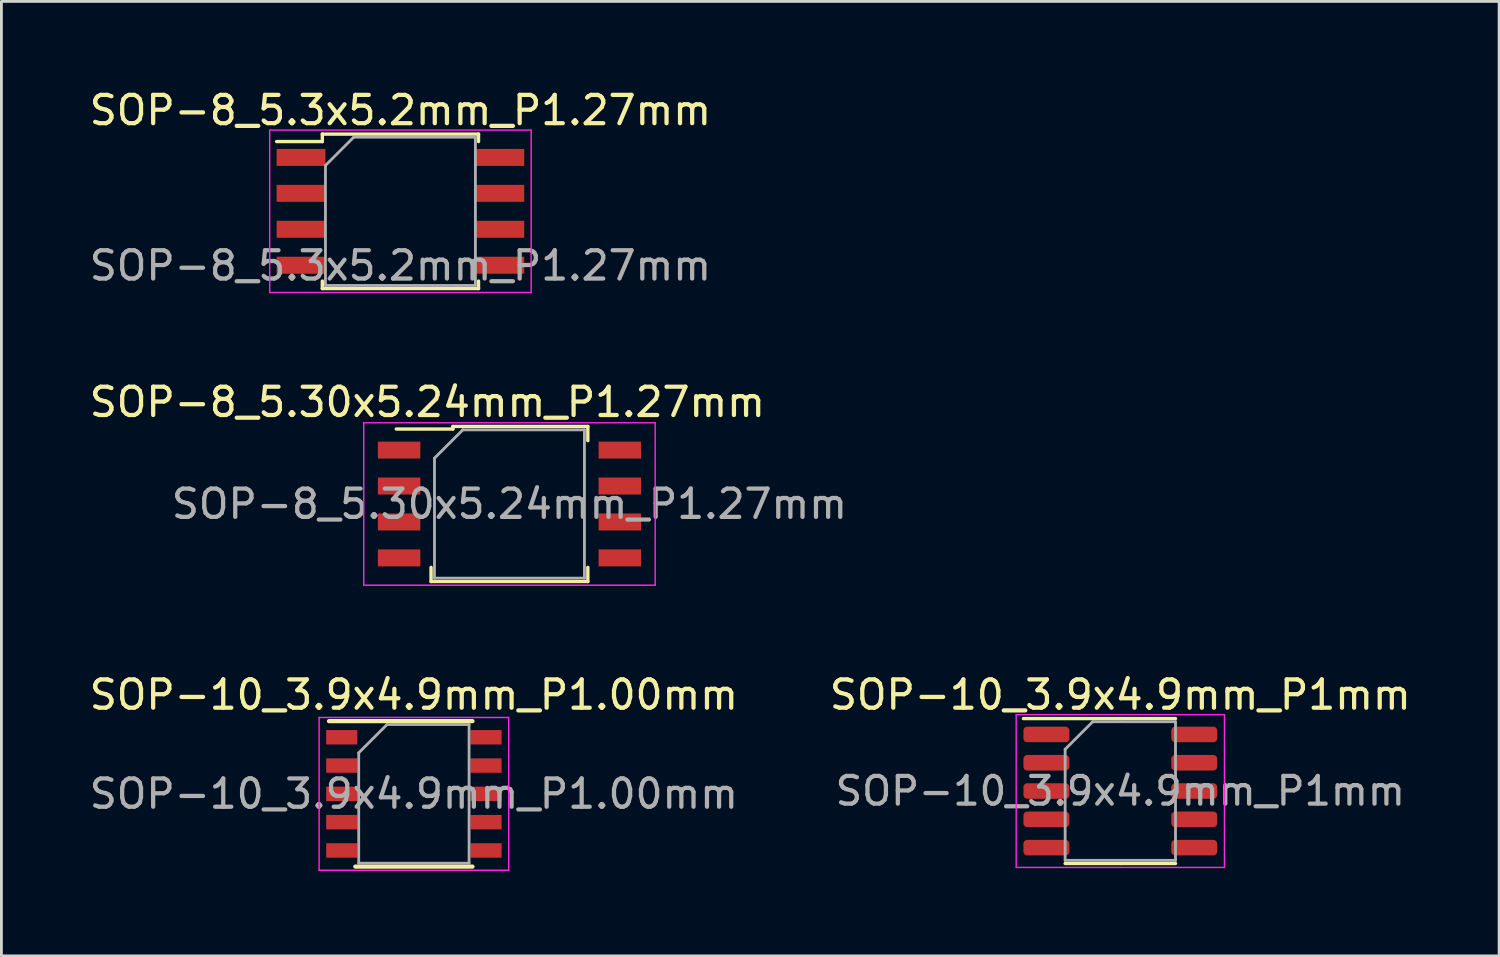
<source format=kicad_pcb>
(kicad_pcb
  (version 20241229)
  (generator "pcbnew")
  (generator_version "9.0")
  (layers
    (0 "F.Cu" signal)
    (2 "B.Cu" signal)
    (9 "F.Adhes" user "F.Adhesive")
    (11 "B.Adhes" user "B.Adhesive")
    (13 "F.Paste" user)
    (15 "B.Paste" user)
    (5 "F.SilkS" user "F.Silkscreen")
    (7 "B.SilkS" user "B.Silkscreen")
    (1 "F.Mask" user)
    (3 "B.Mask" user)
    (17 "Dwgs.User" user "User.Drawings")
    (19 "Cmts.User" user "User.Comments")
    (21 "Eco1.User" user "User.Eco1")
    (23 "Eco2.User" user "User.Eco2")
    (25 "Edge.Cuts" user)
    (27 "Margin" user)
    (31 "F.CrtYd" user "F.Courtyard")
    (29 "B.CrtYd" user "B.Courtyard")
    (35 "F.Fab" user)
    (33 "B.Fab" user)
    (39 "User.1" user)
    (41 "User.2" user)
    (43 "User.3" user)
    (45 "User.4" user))
  (footprint "SOP-10_3.9x4.9mm_P1mm"
    (layer "F.Cu")
    (at 36.542 24.905)
    (property "Reference" "SOP-10_3.9x4.9mm_P1mm" (at 0 -3.4 0) (layer "F.SilkS") (effects (font (size 1 1) (thickness 0.15))))
    (attr smd)
    (fp_line (start 0 -2.56) (end -3.425 -2.56) (stroke (width 0.12) (type solid)) (layer "F.SilkS"))
    (fp_line (start 0 -2.56) (end 1.95 -2.56) (stroke (width 0.12) (type solid)) (layer "F.SilkS"))
    (fp_line (start 0 2.56) (end -1.95 2.56) (stroke (width 0.12) (type solid)) (layer "F.SilkS"))
    (fp_line (start 0 2.56) (end 1.95 2.56) (stroke (width 0.12) (type solid)) (layer "F.SilkS"))
    (fp_line (start -3.68 -2.7) (end -3.68 2.7) (stroke (width 0.05) (type solid)) (layer "F.CrtYd"))
    (fp_line (start -3.68 2.7) (end 3.68 2.7) (stroke (width 0.05) (type solid)) (layer "F.CrtYd"))
    (fp_line (start 3.68 -2.7) (end -3.68 -2.7) (stroke (width 0.05) (type solid)) (layer "F.CrtYd"))
    (fp_line (start 3.68 2.7) (end 3.68 -2.7) (stroke (width 0.05) (type solid)) (layer "F.CrtYd"))
    (fp_line (start -1.95 -1.475) (end -0.975 -2.45) (stroke (width 0.1) (type solid)) (layer "F.Fab"))
    (fp_line (start -1.95 2.45) (end -1.95 -1.475) (stroke (width 0.1) (type solid)) (layer "F.Fab"))
    (fp_line (start -0.975 -2.45) (end 1.95 -2.45) (stroke (width 0.1) (type solid)) (layer "F.Fab"))
    (fp_line (start 1.95 -2.45) (end 1.95 2.45) (stroke (width 0.1) (type solid)) (layer "F.Fab"))
    (fp_line (start 1.95 2.45) (end -1.95 2.45) (stroke (width 0.1) (type solid)) (layer "F.Fab"))
    (fp_text user "${REFERENCE}" (at 0 0 0) (layer "F.Fab") (effects (font (size 0.98 0.98) (thickness 0.15))))
    (pad "1" smd roundrect (at -2.612 -2) (size 1.625 0.55) (layers "F.Cu" "F.Mask" "F.Paste") (roundrect_rratio 0.25))
    (pad "2" smd roundrect (at -2.612 -1) (size 1.625 0.55) (layers "F.Cu" "F.Mask" "F.Paste") (roundrect_rratio 0.25))
    (pad "3" smd roundrect (at -2.612 0) (size 1.625 0.55) (layers "F.Cu" "F.Mask" "F.Paste") (roundrect_rratio 0.25))
    (pad "4" smd roundrect (at -2.612 1) (size 1.625 0.55) (layers "F.Cu" "F.Mask" "F.Paste") (roundrect_rratio 0.25))
    (pad "5" smd roundrect (at -2.612 2) (size 1.625 0.55) (layers "F.Cu" "F.Mask" "F.Paste") (roundrect_rratio 0.25))
    (pad "6" smd roundrect (at 2.612 2) (size 1.625 0.55) (layers "F.Cu" "F.Mask" "F.Paste") (roundrect_rratio 0.25))
    (pad "7" smd roundrect (at 2.612 1) (size 1.625 0.55) (layers "F.Cu" "F.Mask" "F.Paste") (roundrect_rratio 0.25))
    (pad "8" smd roundrect (at 2.612 0) (size 1.625 0.55) (layers "F.Cu" "F.Mask" "F.Paste") (roundrect_rratio 0.25))
    (pad "9" smd roundrect (at 2.612 -1) (size 1.625 0.55) (layers "F.Cu" "F.Mask" "F.Paste") (roundrect_rratio 0.25))
    (pad "10" smd roundrect (at 2.612 -2) (size 1.625 0.55) (layers "F.Cu" "F.Mask" "F.Paste") (roundrect_rratio 0.25)))
  (footprint "SOP-10_3.9x4.9mm_P1.00mm"
    (layer "F.Cu")
    (at 11.577 25.005)
    (property "Reference" "SOP-10_3.9x4.9mm_P1.00mm" (at 0 -3.5 0) (layer "F.SilkS") (effects (font (size 1 1) (thickness 0.15))))
    (attr smd)
    (fp_line (start -3 -2.57) (end 2.07 -2.57) (stroke (width 0.15) (type solid)) (layer "F.SilkS"))
    (fp_line (start -2.07 2.57) (end 2.07 2.57) (stroke (width 0.15) (type solid)) (layer "F.SilkS"))
    (fp_line (start -3.35 -2.7) (end -3.35 2.7) (stroke (width 0.05) (type solid)) (layer "F.CrtYd"))
    (fp_line (start -3.35 -2.7) (end 3.35 -2.7) (stroke (width 0.05) (type solid)) (layer "F.CrtYd"))
    (fp_line (start -3.35 2.7) (end 3.35 2.7) (stroke (width 0.05) (type solid)) (layer "F.CrtYd"))
    (fp_line (start 3.35 -2.7) (end 3.35 2.7) (stroke (width 0.05) (type solid)) (layer "F.CrtYd"))
    (fp_line (start -1.95 -1.45) (end -0.95 -2.45) (stroke (width 0.1) (type solid)) (layer "F.Fab"))
    (fp_line (start -1.95 2.45) (end -1.95 -1.45) (stroke (width 0.1) (type solid)) (layer "F.Fab"))
    (fp_line (start -0.95 -2.45) (end 1.95 -2.45) (stroke (width 0.1) (type solid)) (layer "F.Fab"))
    (fp_line (start 1.95 -2.45) (end 1.95 2.45) (stroke (width 0.1) (type solid)) (layer "F.Fab"))
    (fp_line (start 1.95 2.45) (end -1.95 2.45) (stroke (width 0.1) (type solid)) (layer "F.Fab"))
    (fp_text user "${REFERENCE}" (at 0 0 0) (layer "F.Fab") (effects (font (size 1 1) (thickness 0.15))))
    (pad "1" smd rect (at -2.55 -2) (size 1.1 0.51) (layers "F.Cu" "F.Mask" "F.Paste"))
    (pad "2" smd rect (at -2.55 -1) (size 1.1 0.51) (layers "F.Cu" "F.Mask" "F.Paste"))
    (pad "3" smd rect (at -2.55 0) (size 1.1 0.51) (layers "F.Cu" "F.Mask" "F.Paste"))
    (pad "4" smd rect (at -2.55 1) (size 1.1 0.51) (layers "F.Cu" "F.Mask" "F.Paste"))
    (pad "5" smd rect (at -2.55 2) (size 1.1 0.51) (layers "F.Cu" "F.Mask" "F.Paste"))
    (pad "6" smd rect (at 2.55 2) (size 1.1 0.51) (layers "F.Cu" "F.Mask" "F.Paste"))
    (pad "7" smd rect (at 2.55 1) (size 1.1 0.51) (layers "F.Cu" "F.Mask" "F.Paste"))
    (pad "8" smd rect (at 2.55 0) (size 1.1 0.51) (layers "F.Cu" "F.Mask" "F.Paste"))
    (pad "9" smd rect (at 2.55 -1) (size 1.1 0.51) (layers "F.Cu" "F.Mask" "F.Paste"))
    (pad "10" smd rect (at 2.55 -2) (size 1.1 0.51) (layers "F.Cu" "F.Mask" "F.Paste")))
  (footprint "SOP-8_5.30x5.24mm_P1.27mm"
    (layer "F.Cu")
    (at 14.954 14.761)
    (property "Reference" "SOP-8_5.30x5.24mm_P1.27mm" (at -2.9 -3.6 0) (layer "F.SilkS") (effects (font (size 1 1) (thickness 0.15))))
    (attr through_hole)
    (fp_line (start -2.77 2.74) (end -2.77 2.24) (stroke (width 0.12) (type solid)) (layer "F.SilkS"))
    (fp_line (start -2 -2.74) (end -2 -2.65) (stroke (width 0.12) (type solid)) (layer "F.SilkS"))
    (fp_line (start -2 -2.74) (end 2.77 -2.74) (stroke (width 0.12) (type solid)) (layer "F.SilkS"))
    (fp_line (start -2 -2.65) (end -4 -2.65) (stroke (width 0.12) (type solid)) (layer "F.SilkS"))
    (fp_line (start 2.77 -2.74) (end 2.77 -2.24) (stroke (width 0.12) (type solid)) (layer "F.SilkS"))
    (fp_line (start 2.77 2.24) (end 2.77 2.74) (stroke (width 0.12) (type solid)) (layer "F.SilkS"))
    (fp_line (start 2.77 2.74) (end -2.77 2.74) (stroke (width 0.12) (type solid)) (layer "F.SilkS"))
    (fp_line (start -5.15 -2.87) (end 5.15 -2.87) (stroke (width 0.05) (type solid)) (layer "F.CrtYd"))
    (fp_line (start -5.15 2.87) (end -5.15 -2.87) (stroke (width 0.05) (type solid)) (layer "F.CrtYd"))
    (fp_line (start 5.15 -2.87) (end 5.15 2.87) (stroke (width 0.05) (type solid)) (layer "F.CrtYd"))
    (fp_line (start 5.15 2.87) (end -5.15 2.87) (stroke (width 0.05) (type solid)) (layer "F.CrtYd"))
    (fp_line (start -2.65 2.62) (end -2.65 -1.62) (stroke (width 0.1) (type solid)) (layer "F.Fab"))
    (fp_line (start -1.65 -2.62) (end -2.65 -1.62) (stroke (width 0.1) (type solid)) (layer "F.Fab"))
    (fp_line (start -1.65 -2.62) (end 2.65 -2.62) (stroke (width 0.1) (type solid)) (layer "F.Fab"))
    (fp_line (start 2.65 -2.62) (end 2.65 2.62) (stroke (width 0.1) (type solid)) (layer "F.Fab"))
    (fp_line (start 2.65 2.62) (end -2.65 2.62) (stroke (width 0.1) (type solid)) (layer "F.Fab"))
    (fp_text user "${REFERENCE}" (at 0 0 0) (layer "F.Fab") (effects (font (size 1 1) (thickness 0.15))))
    (pad "1" smd rect (at -3.9 -1.905) (size 1.5 0.6) (layers "F.Cu" "F.Mask" "F.Paste"))
    (pad "2" smd rect (at -3.9 -0.635) (size 1.5 0.6) (layers "F.Cu" "F.Mask" "F.Paste"))
    (pad "3" smd rect (at -3.9 0.635) (size 1.5 0.6) (layers "F.Cu" "F.Mask" "F.Paste"))
    (pad "4" smd rect (at -3.9 1.905) (size 1.5 0.6) (layers "F.Cu" "F.Mask" "F.Paste"))
    (pad "5" smd rect (at 3.9 1.905) (size 1.5 0.6) (layers "F.Cu" "F.Mask" "F.Paste"))
    (pad "6" smd rect (at 3.9 0.635) (size 1.5 0.6) (layers "F.Cu" "F.Mask" "F.Paste"))
    (pad "7" smd rect (at 3.9 -0.635) (size 1.5 0.6) (layers "F.Cu" "F.Mask" "F.Paste"))
    (pad "8" smd rect (at 3.9 -1.905) (size 1.5 0.6) (layers "F.Cu" "F.Mask" "F.Paste")))
  (footprint "SOP-8_5.3x5.2mm_P1.27mm"
    (layer "F.Cu")
    (at 11.101 4.418)
    (property "Reference" "SOP-8_5.3x5.2mm_P1.27mm" (at 0 -3.57 0) (layer "F.SilkS") (effects (font (size 1 1) (thickness 0.15))))
    (attr smd)
    (fp_line (start -4.375 -2.465) (end -2.76 -2.465) (stroke (width 0.12) (type solid)) (layer "F.SilkS"))
    (fp_line (start -2.76 -2.73) (end 2.76 -2.73) (stroke (width 0.12) (type solid)) (layer "F.SilkS"))
    (fp_line (start -2.76 -2.465) (end -2.76 -2.73) (stroke (width 0.12) (type solid)) (layer "F.SilkS"))
    (fp_line (start -2.76 2.465) (end -2.76 2.73) (stroke (width 0.12) (type solid)) (layer "F.SilkS"))
    (fp_line (start -2.76 2.73) (end 2.76 2.73) (stroke (width 0.12) (type solid)) (layer "F.SilkS"))
    (fp_line (start 2.76 -2.73) (end 2.76 -2.465) (stroke (width 0.12) (type solid)) (layer "F.SilkS"))
    (fp_line (start 2.76 2.73) (end 2.76 2.465) (stroke (width 0.12) (type solid)) (layer "F.SilkS"))
    (fp_line (start -4.62 -2.87) (end 4.62 -2.87) (stroke (width 0.05) (type solid)) (layer "F.CrtYd"))
    (fp_line (start -4.62 2.87) (end -4.62 -2.87) (stroke (width 0.05) (type solid)) (layer "F.CrtYd"))
    (fp_line (start 4.62 -2.87) (end 4.62 2.87) (stroke (width 0.05) (type solid)) (layer "F.CrtYd"))
    (fp_line (start 4.62 2.87) (end -4.62 2.87) (stroke (width 0.05) (type solid)) (layer "F.CrtYd"))
    (fp_line (start -2.65 -1.62) (end -1.65 -2.62) (stroke (width 0.1) (type solid)) (layer "F.Fab"))
    (fp_line (start -2.65 2.62) (end -2.65 -1.62) (stroke (width 0.1) (type solid)) (layer "F.Fab"))
    (fp_line (start -1.65 -2.62) (end 2.65 -2.62) (stroke (width 0.1) (type solid)) (layer "F.Fab"))
    (fp_line (start 2.65 -2.62) (end 2.65 2.62) (stroke (width 0.1) (type solid)) (layer "F.Fab"))
    (fp_line (start 2.65 2.62) (end -2.65 2.62) (stroke (width 0.1) (type solid)) (layer "F.Fab"))
    (fp_text user "${REFERENCE}" (at 0 1.92 0) (layer "F.Fab") (effects (font (size 1 1) (thickness 0.15))))
    (pad "1" smd rect (at -3.513 -1.905) (size 1.725 0.6) (layers "F.Cu" "F.Mask" "F.Paste"))
    (pad "2" smd rect (at -3.513 -0.635) (size 1.725 0.6) (layers "F.Cu" "F.Mask" "F.Paste"))
    (pad "3" smd rect (at -3.513 0.635) (size 1.725 0.6) (layers "F.Cu" "F.Mask" "F.Paste"))
    (pad "4" smd rect (at -3.513 1.905) (size 1.725 0.6) (layers "F.Cu" "F.Mask" "F.Paste"))
    (pad "5" smd rect (at 3.513 1.905) (size 1.725 0.6) (layers "F.Cu" "F.Mask" "F.Paste"))
    (pad "6" smd rect (at 3.513 0.635) (size 1.725 0.6) (layers "F.Cu" "F.Mask" "F.Paste"))
    (pad "7" smd rect (at 3.513 -0.635) (size 1.725 0.6) (layers "F.Cu" "F.Mask" "F.Paste"))
    (pad "8" smd rect (at 3.513 -1.905) (size 1.725 0.6) (layers "F.Cu" "F.Mask" "F.Paste")))
  (gr_rect
    (start -3 -3)
    (end 49.929 30.73)
    (stroke (width 0.1) (type default))
    (fill no)
    (layer "Edge.Cuts")))
</source>
